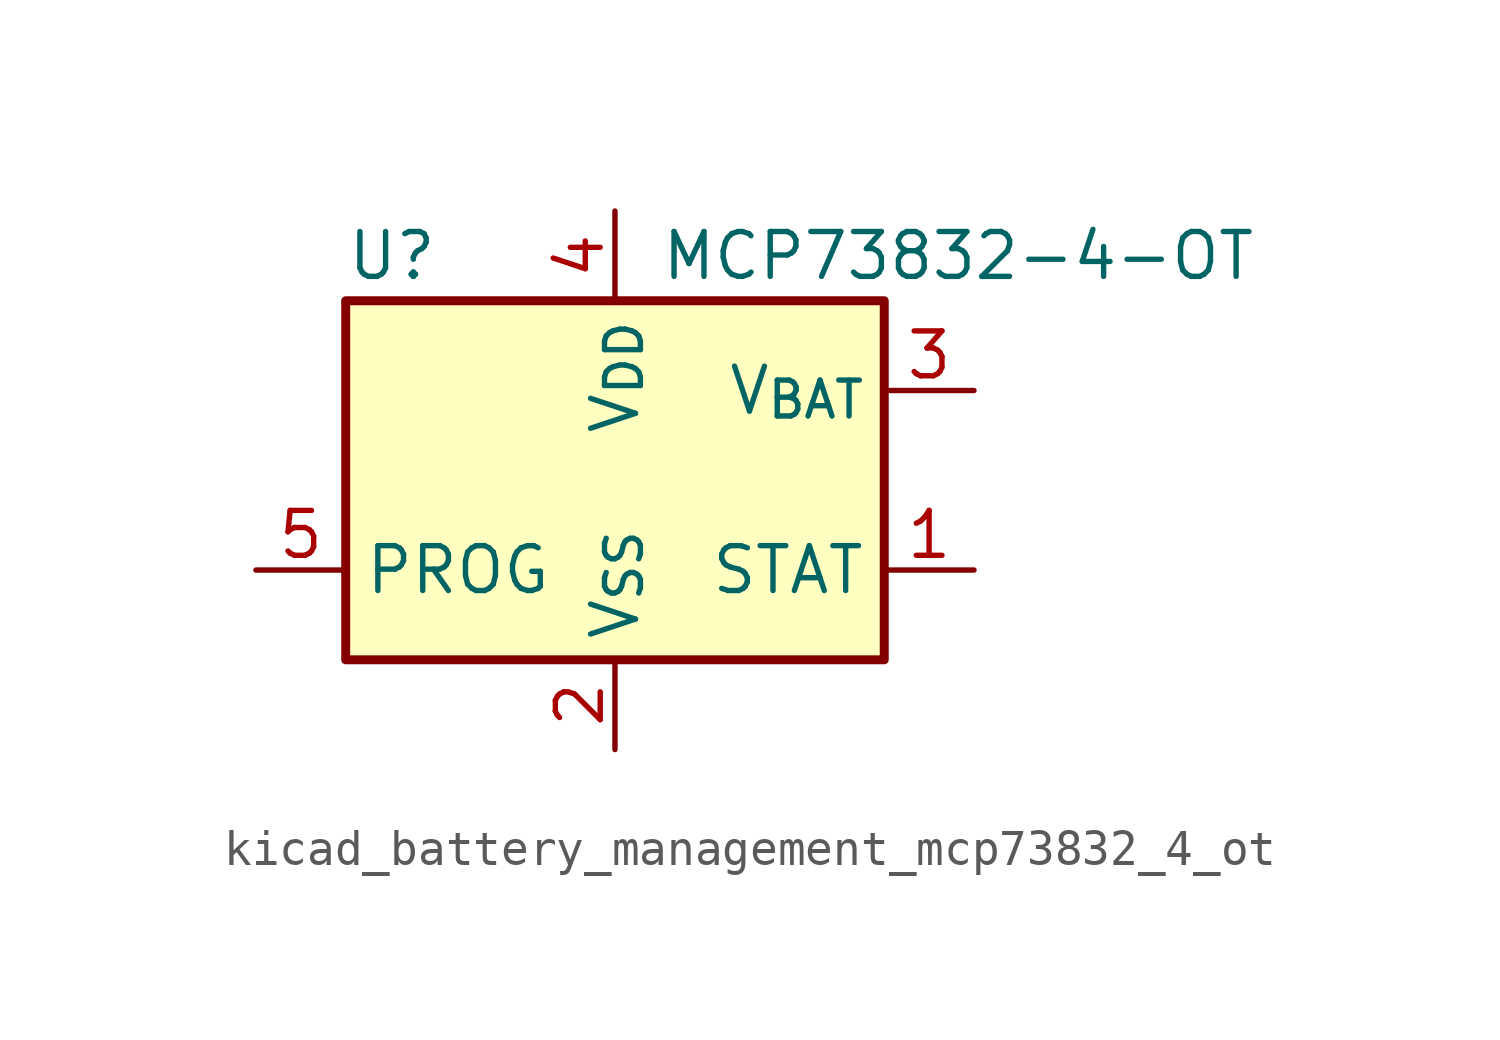
<source format=kicad_sym>
(kicad_symbol_lib
  (version 20220914)
  (generator kicad_symbol_editor)
  (symbol "kicad_battery_management_mcp73832_4_ot"
    (property "Reference" "U"
      (at -7.62 6.35 0)
      (effects (font (size 1.27 1.27)) (justify left)))
    (property "Value" "MCP73832-4-OT"
      (at 1.27 6.35 0)
      (effects (font (size 1.27 1.27)) (justify left)))
    (symbol "kicad_battery_management_mcp73832_4_ot_0_1"
      (rectangle (start -7.62 5.08) (end 7.62 -5.08) (stroke (width 0.254) (type default)) (fill (type background))))
    (symbol "kicad_battery_management_mcp73832_4_ot_1_1"
      (pin output line (at 10.16 -2.54 180) (length 2.54) (name "STAT" (effects (font (size 1.27 1.27)))) (number "1" (effects (font (size 1.27 1.27)))))
      (pin power_in line (at 0 -7.62 90) (length 2.54) (name "V_{SS}" (effects (font (size 1.27 1.27)))) (number "2" (effects (font (size 1.27 1.27)))))
      (pin power_out line (at 10.16 2.54 180) (length 2.54) (name "V_{BAT}" (effects (font (size 1.27 1.27)))) (number "3" (effects (font (size 1.27 1.27)))))
      (pin power_in line (at 0 7.62 270) (length 2.54) (name "V_{DD}" (effects (font (size 1.27 1.27)))) (number "4" (effects (font (size 1.27 1.27)))))
      (pin input line (at -10.16 -2.54 0) (length 2.54) (name "PROG" (effects (font (size 1.27 1.27)))) (number "5" (effects (font (size 1.27 1.27))))))))
</source>
